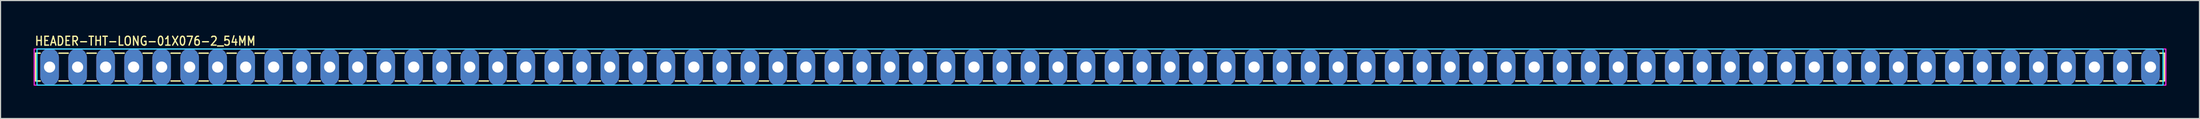
<source format=kicad_pcb>
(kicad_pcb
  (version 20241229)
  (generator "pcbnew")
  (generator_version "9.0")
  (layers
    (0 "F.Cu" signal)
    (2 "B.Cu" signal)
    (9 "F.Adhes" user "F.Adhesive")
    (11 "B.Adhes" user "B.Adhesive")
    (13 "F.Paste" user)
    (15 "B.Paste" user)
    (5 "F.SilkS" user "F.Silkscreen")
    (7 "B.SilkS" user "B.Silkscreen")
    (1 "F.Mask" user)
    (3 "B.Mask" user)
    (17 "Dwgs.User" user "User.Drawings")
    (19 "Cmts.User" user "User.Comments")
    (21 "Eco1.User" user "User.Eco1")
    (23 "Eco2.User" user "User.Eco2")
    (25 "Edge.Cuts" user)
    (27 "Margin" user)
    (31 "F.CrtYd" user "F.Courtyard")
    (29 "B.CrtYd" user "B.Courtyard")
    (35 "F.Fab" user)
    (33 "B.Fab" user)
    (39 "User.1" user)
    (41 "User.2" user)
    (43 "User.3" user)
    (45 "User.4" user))
  (footprint "HEADER-THT-LONG-01X076-2_54MM"
    (layer "F.Cu")
    (at 1.447 3.079)
    (property "Reference" "HEADER-THT-LONG-01X076-2_54MM" (at -1.4 -1.9 0) (unlocked yes) (layer "F.SilkS") (effects (font (size 0.813 0.695) (thickness 0.122)) (justify left bottom)))
    (fp_line (start -1.27 -1.27) (end -1.27 1.27) (stroke (width 0.127) (type solid)) (layer "F.SilkS"))
    (fp_line (start -1.27 1.27) (end -0.85 1.27) (stroke (width 0.127) (type solid)) (layer "F.SilkS"))
    (fp_line (start -0.85 -1.27) (end -1.27 -1.27) (stroke (width 0.127) (type solid)) (layer "F.SilkS"))
    (fp_line (start 0.85 -1.27) (end 1.69 -1.27) (stroke (width 0.127) (type solid)) (layer "F.SilkS"))
    (fp_line (start 0.85 1.27) (end 1.69 1.27) (stroke (width 0.127) (type solid)) (layer "F.SilkS"))
    (fp_line (start 3.39 -1.27) (end 4.23 -1.27) (stroke (width 0.127) (type solid)) (layer "F.SilkS"))
    (fp_line (start 3.39 1.27) (end 4.23 1.27) (stroke (width 0.127) (type solid)) (layer "F.SilkS"))
    (fp_line (start 5.93 -1.27) (end 6.77 -1.27) (stroke (width 0.127) (type solid)) (layer "F.SilkS"))
    (fp_line (start 5.93 1.27) (end 6.77 1.27) (stroke (width 0.127) (type solid)) (layer "F.SilkS"))
    (fp_line (start 8.47 -1.27) (end 9.31 -1.27) (stroke (width 0.127) (type solid)) (layer "F.SilkS"))
    (fp_line (start 8.47 1.27) (end 9.31 1.27) (stroke (width 0.127) (type solid)) (layer "F.SilkS"))
    (fp_line (start 11.01 -1.27) (end 11.85 -1.27) (stroke (width 0.127) (type solid)) (layer "F.SilkS"))
    (fp_line (start 11.01 1.27) (end 11.85 1.27) (stroke (width 0.127) (type solid)) (layer "F.SilkS"))
    (fp_line (start 13.55 -1.27) (end 14.39 -1.27) (stroke (width 0.127) (type solid)) (layer "F.SilkS"))
    (fp_line (start 13.55 1.27) (end 14.39 1.27) (stroke (width 0.127) (type solid)) (layer "F.SilkS"))
    (fp_line (start 16.09 -1.27) (end 16.93 -1.27) (stroke (width 0.127) (type solid)) (layer "F.SilkS"))
    (fp_line (start 16.09 1.27) (end 16.93 1.27) (stroke (width 0.127) (type solid)) (layer "F.SilkS"))
    (fp_line (start 18.63 -1.27) (end 19.47 -1.27) (stroke (width 0.127) (type solid)) (layer "F.SilkS"))
    (fp_line (start 18.63 1.27) (end 19.47 1.27) (stroke (width 0.127) (type solid)) (layer "F.SilkS"))
    (fp_line (start 21.17 -1.27) (end 22.01 -1.27) (stroke (width 0.127) (type solid)) (layer "F.SilkS"))
    (fp_line (start 21.17 1.27) (end 22.01 1.27) (stroke (width 0.127) (type solid)) (layer "F.SilkS"))
    (fp_line (start 23.71 -1.27) (end 24.55 -1.27) (stroke (width 0.127) (type solid)) (layer "F.SilkS"))
    (fp_line (start 23.71 1.27) (end 24.55 1.27) (stroke (width 0.127) (type solid)) (layer "F.SilkS"))
    (fp_line (start 26.25 -1.27) (end 27.09 -1.27) (stroke (width 0.127) (type solid)) (layer "F.SilkS"))
    (fp_line (start 26.25 1.27) (end 27.09 1.27) (stroke (width 0.127) (type solid)) (layer "F.SilkS"))
    (fp_line (start 28.79 -1.27) (end 29.63 -1.27) (stroke (width 0.127) (type solid)) (layer "F.SilkS"))
    (fp_line (start 28.79 1.27) (end 29.63 1.27) (stroke (width 0.127) (type solid)) (layer "F.SilkS"))
    (fp_line (start 31.33 -1.27) (end 32.17 -1.27) (stroke (width 0.127) (type solid)) (layer "F.SilkS"))
    (fp_line (start 31.33 1.27) (end 32.17 1.27) (stroke (width 0.127) (type solid)) (layer "F.SilkS"))
    (fp_line (start 33.87 -1.27) (end 34.71 -1.27) (stroke (width 0.127) (type solid)) (layer "F.SilkS"))
    (fp_line (start 33.87 1.27) (end 34.71 1.27) (stroke (width 0.127) (type solid)) (layer "F.SilkS"))
    (fp_line (start 36.41 -1.27) (end 37.25 -1.27) (stroke (width 0.127) (type solid)) (layer "F.SilkS"))
    (fp_line (start 36.41 1.27) (end 37.25 1.27) (stroke (width 0.127) (type solid)) (layer "F.SilkS"))
    (fp_line (start 38.95 -1.27) (end 39.79 -1.27) (stroke (width 0.127) (type solid)) (layer "F.SilkS"))
    (fp_line (start 38.95 1.27) (end 39.79 1.27) (stroke (width 0.127) (type solid)) (layer "F.SilkS"))
    (fp_line (start 41.49 -1.27) (end 42.33 -1.27) (stroke (width 0.127) (type solid)) (layer "F.SilkS"))
    (fp_line (start 41.49 1.27) (end 42.33 1.27) (stroke (width 0.127) (type solid)) (layer "F.SilkS"))
    (fp_line (start 44.03 -1.27) (end 44.87 -1.27) (stroke (width 0.127) (type solid)) (layer "F.SilkS"))
    (fp_line (start 44.03 1.27) (end 44.87 1.27) (stroke (width 0.127) (type solid)) (layer "F.SilkS"))
    (fp_line (start 46.57 -1.27) (end 47.41 -1.27) (stroke (width 0.127) (type solid)) (layer "F.SilkS"))
    (fp_line (start 46.57 1.27) (end 47.41 1.27) (stroke (width 0.127) (type solid)) (layer "F.SilkS"))
    (fp_line (start 49.11 -1.27) (end 49.95 -1.27) (stroke (width 0.127) (type solid)) (layer "F.SilkS"))
    (fp_line (start 49.11 1.27) (end 49.95 1.27) (stroke (width 0.127) (type solid)) (layer "F.SilkS"))
    (fp_line (start 51.65 -1.27) (end 52.49 -1.27) (stroke (width 0.127) (type solid)) (layer "F.SilkS"))
    (fp_line (start 51.65 1.27) (end 52.49 1.27) (stroke (width 0.127) (type solid)) (layer "F.SilkS"))
    (fp_line (start 54.19 -1.27) (end 55.03 -1.27) (stroke (width 0.127) (type solid)) (layer "F.SilkS"))
    (fp_line (start 54.19 1.27) (end 55.03 1.27) (stroke (width 0.127) (type solid)) (layer "F.SilkS"))
    (fp_line (start 56.73 -1.27) (end 57.57 -1.27) (stroke (width 0.127) (type solid)) (layer "F.SilkS"))
    (fp_line (start 56.73 1.27) (end 57.57 1.27) (stroke (width 0.127) (type solid)) (layer "F.SilkS"))
    (fp_line (start 59.27 -1.27) (end 60.11 -1.27) (stroke (width 0.127) (type solid)) (layer "F.SilkS"))
    (fp_line (start 59.27 1.27) (end 60.11 1.27) (stroke (width 0.127) (type solid)) (layer "F.SilkS"))
    (fp_line (start 61.81 -1.27) (end 62.65 -1.27) (stroke (width 0.127) (type solid)) (layer "F.SilkS"))
    (fp_line (start 61.81 1.27) (end 62.65 1.27) (stroke (width 0.127) (type solid)) (layer "F.SilkS"))
    (fp_line (start 64.35 -1.27) (end 65.19 -1.27) (stroke (width 0.127) (type solid)) (layer "F.SilkS"))
    (fp_line (start 64.35 1.27) (end 65.19 1.27) (stroke (width 0.127) (type solid)) (layer "F.SilkS"))
    (fp_line (start 66.89 -1.27) (end 67.73 -1.27) (stroke (width 0.127) (type solid)) (layer "F.SilkS"))
    (fp_line (start 66.89 1.27) (end 67.73 1.27) (stroke (width 0.127) (type solid)) (layer "F.SilkS"))
    (fp_line (start 69.43 -1.27) (end 70.27 -1.27) (stroke (width 0.127) (type solid)) (layer "F.SilkS"))
    (fp_line (start 69.43 1.27) (end 70.27 1.27) (stroke (width 0.127) (type solid)) (layer "F.SilkS"))
    (fp_line (start 71.97 -1.27) (end 72.81 -1.27) (stroke (width 0.127) (type solid)) (layer "F.SilkS"))
    (fp_line (start 71.97 1.27) (end 72.81 1.27) (stroke (width 0.127) (type solid)) (layer "F.SilkS"))
    (fp_line (start 74.51 -1.27) (end 75.35 -1.27) (stroke (width 0.127) (type solid)) (layer "F.SilkS"))
    (fp_line (start 74.51 1.27) (end 75.35 1.27) (stroke (width 0.127) (type solid)) (layer "F.SilkS"))
    (fp_line (start 77.05 -1.27) (end 77.89 -1.27) (stroke (width 0.127) (type solid)) (layer "F.SilkS"))
    (fp_line (start 77.05 1.27) (end 77.89 1.27) (stroke (width 0.127) (type solid)) (layer "F.SilkS"))
    (fp_line (start 79.59 -1.27) (end 80.43 -1.27) (stroke (width 0.127) (type solid)) (layer "F.SilkS"))
    (fp_line (start 79.59 1.27) (end 80.43 1.27) (stroke (width 0.127) (type solid)) (layer "F.SilkS"))
    (fp_line (start 82.13 -1.27) (end 82.97 -1.27) (stroke (width 0.127) (type solid)) (layer "F.SilkS"))
    (fp_line (start 82.13 1.27) (end 82.97 1.27) (stroke (width 0.127) (type solid)) (layer "F.SilkS"))
    (fp_line (start 84.67 -1.27) (end 85.51 -1.27) (stroke (width 0.127) (type solid)) (layer "F.SilkS"))
    (fp_line (start 84.67 1.27) (end 85.51 1.27) (stroke (width 0.127) (type solid)) (layer "F.SilkS"))
    (fp_line (start 87.21 -1.27) (end 88.05 -1.27) (stroke (width 0.127) (type solid)) (layer "F.SilkS"))
    (fp_line (start 87.21 1.27) (end 88.05 1.27) (stroke (width 0.127) (type solid)) (layer "F.SilkS"))
    (fp_line (start 89.75 -1.27) (end 90.59 -1.27) (stroke (width 0.127) (type solid)) (layer "F.SilkS"))
    (fp_line (start 89.75 1.27) (end 90.59 1.27) (stroke (width 0.127) (type solid)) (layer "F.SilkS"))
    (fp_line (start 92.29 -1.27) (end 93.13 -1.27) (stroke (width 0.127) (type solid)) (layer "F.SilkS"))
    (fp_line (start 92.29 1.27) (end 93.13 1.27) (stroke (width 0.127) (type solid)) (layer "F.SilkS"))
    (fp_line (start 94.83 -1.27) (end 95.67 -1.27) (stroke (width 0.127) (type solid)) (layer "F.SilkS"))
    (fp_line (start 94.83 1.27) (end 95.67 1.27) (stroke (width 0.127) (type solid)) (layer "F.SilkS"))
    (fp_line (start 97.37 -1.27) (end 98.21 -1.27) (stroke (width 0.127) (type solid)) (layer "F.SilkS"))
    (fp_line (start 97.37 1.27) (end 98.21 1.27) (stroke (width 0.127) (type solid)) (layer "F.SilkS"))
    (fp_line (start 99.91 -1.27) (end 100.75 -1.27) (stroke (width 0.127) (type solid)) (layer "F.SilkS"))
    (fp_line (start 99.91 1.27) (end 100.75 1.27) (stroke (width 0.127) (type solid)) (layer "F.SilkS"))
    (fp_line (start 102.45 -1.27) (end 103.29 -1.27) (stroke (width 0.127) (type solid)) (layer "F.SilkS"))
    (fp_line (start 102.45 1.27) (end 103.29 1.27) (stroke (width 0.127) (type solid)) (layer "F.SilkS"))
    (fp_line (start 104.99 -1.27) (end 105.83 -1.27) (stroke (width 0.127) (type solid)) (layer "F.SilkS"))
    (fp_line (start 104.99 1.27) (end 105.83 1.27) (stroke (width 0.127) (type solid)) (layer "F.SilkS"))
    (fp_line (start 107.53 -1.27) (end 108.37 -1.27) (stroke (width 0.127) (type solid)) (layer "F.SilkS"))
    (fp_line (start 107.53 1.27) (end 108.37 1.27) (stroke (width 0.127) (type solid)) (layer "F.SilkS"))
    (fp_line (start 110.07 -1.27) (end 110.91 -1.27) (stroke (width 0.127) (type solid)) (layer "F.SilkS"))
    (fp_line (start 110.07 1.27) (end 110.91 1.27) (stroke (width 0.127) (type solid)) (layer "F.SilkS"))
    (fp_line (start 112.61 -1.27) (end 113.45 -1.27) (stroke (width 0.127) (type solid)) (layer "F.SilkS"))
    (fp_line (start 112.61 1.27) (end 113.45 1.27) (stroke (width 0.127) (type solid)) (layer "F.SilkS"))
    (fp_line (start 115.15 -1.27) (end 115.99 -1.27) (stroke (width 0.127) (type solid)) (layer "F.SilkS"))
    (fp_line (start 115.15 1.27) (end 115.99 1.27) (stroke (width 0.127) (type solid)) (layer "F.SilkS"))
    (fp_line (start 117.69 -1.27) (end 118.53 -1.27) (stroke (width 0.127) (type solid)) (layer "F.SilkS"))
    (fp_line (start 117.69 1.27) (end 118.53 1.27) (stroke (width 0.127) (type solid)) (layer "F.SilkS"))
    (fp_line (start 120.23 -1.27) (end 121.07 -1.27) (stroke (width 0.127) (type solid)) (layer "F.SilkS"))
    (fp_line (start 120.23 1.27) (end 121.07 1.27) (stroke (width 0.127) (type solid)) (layer "F.SilkS"))
    (fp_line (start 122.77 -1.27) (end 123.61 -1.27) (stroke (width 0.127) (type solid)) (layer "F.SilkS"))
    (fp_line (start 122.77 1.27) (end 123.61 1.27) (stroke (width 0.127) (type solid)) (layer "F.SilkS"))
    (fp_line (start 125.31 -1.27) (end 126.15 -1.27) (stroke (width 0.127) (type solid)) (layer "F.SilkS"))
    (fp_line (start 125.31 1.27) (end 126.15 1.27) (stroke (width 0.127) (type solid)) (layer "F.SilkS"))
    (fp_line (start 127.85 -1.27) (end 128.69 -1.27) (stroke (width 0.127) (type solid)) (layer "F.SilkS"))
    (fp_line (start 127.85 1.27) (end 128.69 1.27) (stroke (width 0.127) (type solid)) (layer "F.SilkS"))
    (fp_line (start 130.39 -1.27) (end 131.23 -1.27) (stroke (width 0.127) (type solid)) (layer "F.SilkS"))
    (fp_line (start 130.39 1.27) (end 131.23 1.27) (stroke (width 0.127) (type solid)) (layer "F.SilkS"))
    (fp_line (start 132.93 -1.27) (end 133.77 -1.27) (stroke (width 0.127) (type solid)) (layer "F.SilkS"))
    (fp_line (start 132.93 1.27) (end 133.77 1.27) (stroke (width 0.127) (type solid)) (layer "F.SilkS"))
    (fp_line (start 135.47 -1.27) (end 136.31 -1.27) (stroke (width 0.127) (type solid)) (layer "F.SilkS"))
    (fp_line (start 135.47 1.27) (end 136.31 1.27) (stroke (width 0.127) (type solid)) (layer "F.SilkS"))
    (fp_line (start 138.01 -1.27) (end 138.85 -1.27) (stroke (width 0.127) (type solid)) (layer "F.SilkS"))
    (fp_line (start 138.01 1.27) (end 138.85 1.27) (stroke (width 0.127) (type solid)) (layer "F.SilkS"))
    (fp_line (start 140.55 -1.27) (end 141.39 -1.27) (stroke (width 0.127) (type solid)) (layer "F.SilkS"))
    (fp_line (start 140.55 1.27) (end 141.39 1.27) (stroke (width 0.127) (type solid)) (layer "F.SilkS"))
    (fp_line (start 143.09 -1.27) (end 143.93 -1.27) (stroke (width 0.127) (type solid)) (layer "F.SilkS"))
    (fp_line (start 143.09 1.27) (end 143.93 1.27) (stroke (width 0.127) (type solid)) (layer "F.SilkS"))
    (fp_line (start 145.63 -1.27) (end 146.47 -1.27) (stroke (width 0.127) (type solid)) (layer "F.SilkS"))
    (fp_line (start 145.63 1.27) (end 146.47 1.27) (stroke (width 0.127) (type solid)) (layer "F.SilkS"))
    (fp_line (start 148.17 -1.27) (end 149.01 -1.27) (stroke (width 0.127) (type solid)) (layer "F.SilkS"))
    (fp_line (start 148.17 1.27) (end 149.01 1.27) (stroke (width 0.127) (type solid)) (layer "F.SilkS"))
    (fp_line (start 150.71 -1.27) (end 151.55 -1.27) (stroke (width 0.127) (type solid)) (layer "F.SilkS"))
    (fp_line (start 150.71 1.27) (end 151.55 1.27) (stroke (width 0.127) (type solid)) (layer "F.SilkS"))
    (fp_line (start 153.25 -1.27) (end 154.09 -1.27) (stroke (width 0.127) (type solid)) (layer "F.SilkS"))
    (fp_line (start 153.25 1.27) (end 154.09 1.27) (stroke (width 0.127) (type solid)) (layer "F.SilkS"))
    (fp_line (start 155.79 -1.27) (end 156.63 -1.27) (stroke (width 0.127) (type solid)) (layer "F.SilkS"))
    (fp_line (start 155.79 1.27) (end 156.63 1.27) (stroke (width 0.127) (type solid)) (layer "F.SilkS"))
    (fp_line (start 158.33 -1.27) (end 159.17 -1.27) (stroke (width 0.127) (type solid)) (layer "F.SilkS"))
    (fp_line (start 158.33 1.27) (end 159.17 1.27) (stroke (width 0.127) (type solid)) (layer "F.SilkS"))
    (fp_line (start 160.87 -1.27) (end 161.71 -1.27) (stroke (width 0.127) (type solid)) (layer "F.SilkS"))
    (fp_line (start 160.87 1.27) (end 161.71 1.27) (stroke (width 0.127) (type solid)) (layer "F.SilkS"))
    (fp_line (start 163.41 -1.27) (end 164.25 -1.27) (stroke (width 0.127) (type solid)) (layer "F.SilkS"))
    (fp_line (start 163.41 1.27) (end 164.25 1.27) (stroke (width 0.127) (type solid)) (layer "F.SilkS"))
    (fp_line (start 165.95 -1.27) (end 166.79 -1.27) (stroke (width 0.127) (type solid)) (layer "F.SilkS"))
    (fp_line (start 165.95 1.27) (end 166.79 1.27) (stroke (width 0.127) (type solid)) (layer "F.SilkS"))
    (fp_line (start 168.49 -1.27) (end 169.33 -1.27) (stroke (width 0.127) (type solid)) (layer "F.SilkS"))
    (fp_line (start 168.49 1.27) (end 169.33 1.27) (stroke (width 0.127) (type solid)) (layer "F.SilkS"))
    (fp_line (start 171.03 -1.27) (end 171.87 -1.27) (stroke (width 0.127) (type solid)) (layer "F.SilkS"))
    (fp_line (start 171.03 1.27) (end 171.87 1.27) (stroke (width 0.127) (type solid)) (layer "F.SilkS"))
    (fp_line (start 173.57 -1.27) (end 174.41 -1.27) (stroke (width 0.127) (type solid)) (layer "F.SilkS"))
    (fp_line (start 173.57 1.27) (end 174.41 1.27) (stroke (width 0.127) (type solid)) (layer "F.SilkS"))
    (fp_line (start 176.11 -1.27) (end 176.95 -1.27) (stroke (width 0.127) (type solid)) (layer "F.SilkS"))
    (fp_line (start 176.11 1.27) (end 176.95 1.27) (stroke (width 0.127) (type solid)) (layer "F.SilkS"))
    (fp_line (start 178.65 -1.27) (end 179.49 -1.27) (stroke (width 0.127) (type solid)) (layer "F.SilkS"))
    (fp_line (start 178.65 1.27) (end 179.49 1.27) (stroke (width 0.127) (type solid)) (layer "F.SilkS"))
    (fp_line (start 181.19 -1.27) (end 182.03 -1.27) (stroke (width 0.127) (type solid)) (layer "F.SilkS"))
    (fp_line (start 181.19 1.27) (end 182.03 1.27) (stroke (width 0.127) (type solid)) (layer "F.SilkS"))
    (fp_line (start 183.73 -1.27) (end 184.57 -1.27) (stroke (width 0.127) (type solid)) (layer "F.SilkS"))
    (fp_line (start 183.73 1.27) (end 184.57 1.27) (stroke (width 0.127) (type solid)) (layer "F.SilkS"))
    (fp_line (start 186.27 -1.27) (end 187.11 -1.27) (stroke (width 0.127) (type solid)) (layer "F.SilkS"))
    (fp_line (start 186.27 1.27) (end 187.11 1.27) (stroke (width 0.127) (type solid)) (layer "F.SilkS"))
    (fp_line (start 188.81 -1.27) (end 189.65 -1.27) (stroke (width 0.127) (type solid)) (layer "F.SilkS"))
    (fp_line (start 188.81 1.27) (end 189.65 1.27) (stroke (width 0.127) (type solid)) (layer "F.SilkS"))
    (fp_line (start 191.35 -1.27) (end 191.77 -1.27) (stroke (width 0.127) (type solid)) (layer "F.SilkS"))
    (fp_line (start 191.77 -1.27) (end 191.77 1.27) (stroke (width 0.127) (type solid)) (layer "F.SilkS"))
    (fp_line (start 191.77 1.27) (end 191.35 1.27) (stroke (width 0.127) (type solid)) (layer "F.SilkS"))
    (fp_poly (pts (xy -1.143 -1.651) (xy 191.643 -1.651) (xy 191.643 1.651) (xy -1.143 1.651)) (stroke (width 0.1) (type solid)) (fill no) (layer "B.CrtYd"))
    (fp_poly (pts (xy -1.397 -1.651) (xy 191.897 -1.651) (xy 191.897 1.651) (xy -1.397 1.651)) (stroke (width 0.1) (type solid)) (fill no) (layer "F.CrtYd"))
    (pad "P$1" thru_hole oval (at 0 0 90) (size 3.387 1.693) (drill 1.016) (layers "*.Cu" "*.Mask"))
    (pad "P$2" thru_hole oval (at 2.54 0 90) (size 3.387 1.693) (drill 1.016) (layers "*.Cu" "*.Mask"))
    (pad "P$3" thru_hole oval (at 5.08 0 90) (size 3.387 1.693) (drill 1.016) (layers "*.Cu" "*.Mask"))
    (pad "P$4" thru_hole oval (at 7.62 0 90) (size 3.387 1.693) (drill 1.016) (layers "*.Cu" "*.Mask"))
    (pad "P$5" thru_hole oval (at 10.16 0 90) (size 3.387 1.693) (drill 1.016) (layers "*.Cu" "*.Mask"))
    (pad "P$6" thru_hole oval (at 12.7 0 90) (size 3.387 1.693) (drill 1.016) (layers "*.Cu" "*.Mask"))
    (pad "P$7" thru_hole oval (at 15.24 0 90) (size 3.387 1.693) (drill 1.016) (layers "*.Cu" "*.Mask"))
    (pad "P$8" thru_hole oval (at 17.78 0 90) (size 3.387 1.693) (drill 1.016) (layers "*.Cu" "*.Mask"))
    (pad "P$9" thru_hole oval (at 20.32 0 90) (size 3.387 1.693) (drill 1.016) (layers "*.Cu" "*.Mask"))
    (pad "P$10" thru_hole oval (at 22.86 0 90) (size 3.387 1.693) (drill 1.016) (layers "*.Cu" "*.Mask"))
    (pad "P$11" thru_hole oval (at 25.4 0 90) (size 3.387 1.693) (drill 1.016) (layers "*.Cu" "*.Mask"))
    (pad "P$12" thru_hole oval (at 27.94 0 90) (size 3.387 1.693) (drill 1.016) (layers "*.Cu" "*.Mask"))
    (pad "P$13" thru_hole oval (at 30.48 0 90) (size 3.387 1.693) (drill 1.016) (layers "*.Cu" "*.Mask"))
    (pad "P$14" thru_hole oval (at 33.02 0 90) (size 3.387 1.693) (drill 1.016) (layers "*.Cu" "*.Mask"))
    (pad "P$15" thru_hole oval (at 35.56 0 90) (size 3.387 1.693) (drill 1.016) (layers "*.Cu" "*.Mask"))
    (pad "P$16" thru_hole oval (at 38.1 0 90) (size 3.387 1.693) (drill 1.016) (layers "*.Cu" "*.Mask"))
    (pad "P$17" thru_hole oval (at 40.64 0 90) (size 3.387 1.693) (drill 1.016) (layers "*.Cu" "*.Mask"))
    (pad "P$18" thru_hole oval (at 43.18 0 90) (size 3.387 1.693) (drill 1.016) (layers "*.Cu" "*.Mask"))
    (pad "P$19" thru_hole oval (at 45.72 0 90) (size 3.387 1.693) (drill 1.016) (layers "*.Cu" "*.Mask"))
    (pad "P$20" thru_hole oval (at 48.26 0 90) (size 3.387 1.693) (drill 1.016) (layers "*.Cu" "*.Mask"))
    (pad "P$21" thru_hole oval (at 50.8 0 90) (size 3.387 1.693) (drill 1.016) (layers "*.Cu" "*.Mask"))
    (pad "P$22" thru_hole oval (at 53.34 0 90) (size 3.387 1.693) (drill 1.016) (layers "*.Cu" "*.Mask"))
    (pad "P$23" thru_hole oval (at 55.88 0 90) (size 3.387 1.693) (drill 1.016) (layers "*.Cu" "*.Mask"))
    (pad "P$24" thru_hole oval (at 58.42 0 90) (size 3.387 1.693) (drill 1.016) (layers "*.Cu" "*.Mask"))
    (pad "P$25" thru_hole oval (at 60.96 0 90) (size 3.387 1.693) (drill 1.016) (layers "*.Cu" "*.Mask"))
    (pad "P$26" thru_hole oval (at 63.5 0 90) (size 3.387 1.693) (drill 1.016) (layers "*.Cu" "*.Mask"))
    (pad "P$27" thru_hole oval (at 66.04 0 90) (size 3.387 1.693) (drill 1.016) (layers "*.Cu" "*.Mask"))
    (pad "P$28" thru_hole oval (at 68.58 0 90) (size 3.387 1.693) (drill 1.016) (layers "*.Cu" "*.Mask"))
    (pad "P$29" thru_hole oval (at 71.12 0 90) (size 3.387 1.693) (drill 1.016) (layers "*.Cu" "*.Mask"))
    (pad "P$30" thru_hole oval (at 73.66 0 90) (size 3.387 1.693) (drill 1.016) (layers "*.Cu" "*.Mask"))
    (pad "P$31" thru_hole oval (at 76.2 0 90) (size 3.387 1.693) (drill 1.016) (layers "*.Cu" "*.Mask"))
    (pad "P$32" thru_hole oval (at 78.74 0 90) (size 3.387 1.693) (drill 1.016) (layers "*.Cu" "*.Mask"))
    (pad "P$33" thru_hole oval (at 81.28 0 90) (size 3.387 1.693) (drill 1.016) (layers "*.Cu" "*.Mask"))
    (pad "P$34" thru_hole oval (at 83.82 0 90) (size 3.387 1.693) (drill 1.016) (layers "*.Cu" "*.Mask"))
    (pad "P$35" thru_hole oval (at 86.36 0 90) (size 3.387 1.693) (drill 1.016) (layers "*.Cu" "*.Mask"))
    (pad "P$36" thru_hole oval (at 88.9 0 90) (size 3.387 1.693) (drill 1.016) (layers "*.Cu" "*.Mask"))
    (pad "P$37" thru_hole oval (at 91.44 0 90) (size 3.387 1.693) (drill 1.016) (layers "*.Cu" "*.Mask"))
    (pad "P$38" thru_hole oval (at 93.98 0 90) (size 3.387 1.693) (drill 1.016) (layers "*.Cu" "*.Mask"))
    (pad "P$39" thru_hole oval (at 96.52 0 90) (size 3.387 1.693) (drill 1.016) (layers "*.Cu" "*.Mask"))
    (pad "P$40" thru_hole oval (at 99.06 0 90) (size 3.387 1.693) (drill 1.016) (layers "*.Cu" "*.Mask"))
    (pad "P$41" thru_hole oval (at 101.6 0 90) (size 3.387 1.693) (drill 1.016) (layers "*.Cu" "*.Mask"))
    (pad "P$42" thru_hole oval (at 104.14 0 90) (size 3.387 1.693) (drill 1.016) (layers "*.Cu" "*.Mask"))
    (pad "P$43" thru_hole oval (at 106.68 0 90) (size 3.387 1.693) (drill 1.016) (layers "*.Cu" "*.Mask"))
    (pad "P$44" thru_hole oval (at 109.22 0 90) (size 3.387 1.693) (drill 1.016) (layers "*.Cu" "*.Mask"))
    (pad "P$45" thru_hole oval (at 111.76 0 90) (size 3.387 1.693) (drill 1.016) (layers "*.Cu" "*.Mask"))
    (pad "P$46" thru_hole oval (at 114.3 0 90) (size 3.387 1.693) (drill 1.016) (layers "*.Cu" "*.Mask"))
    (pad "P$47" thru_hole oval (at 116.84 0 90) (size 3.387 1.693) (drill 1.016) (layers "*.Cu" "*.Mask"))
    (pad "P$48" thru_hole oval (at 119.38 0 90) (size 3.387 1.693) (drill 1.016) (layers "*.Cu" "*.Mask"))
    (pad "P$49" thru_hole oval (at 121.92 0 90) (size 3.387 1.693) (drill 1.016) (layers "*.Cu" "*.Mask"))
    (pad "P$50" thru_hole oval (at 124.46 0 90) (size 3.387 1.693) (drill 1.016) (layers "*.Cu" "*.Mask"))
    (pad "P$51" thru_hole oval (at 127 0 90) (size 3.387 1.693) (drill 1.016) (layers "*.Cu" "*.Mask"))
    (pad "P$52" thru_hole oval (at 129.54 0 90) (size 3.387 1.693) (drill 1.016) (layers "*.Cu" "*.Mask"))
    (pad "P$53" thru_hole oval (at 132.08 0 90) (size 3.387 1.693) (drill 1.016) (layers "*.Cu" "*.Mask"))
    (pad "P$54" thru_hole oval (at 134.62 0 90) (size 3.387 1.693) (drill 1.016) (layers "*.Cu" "*.Mask"))
    (pad "P$55" thru_hole oval (at 137.16 0 90) (size 3.387 1.693) (drill 1.016) (layers "*.Cu" "*.Mask"))
    (pad "P$56" thru_hole oval (at 139.7 0 90) (size 3.387 1.693) (drill 1.016) (layers "*.Cu" "*.Mask"))
    (pad "P$57" thru_hole oval (at 142.24 0 90) (size 3.387 1.693) (drill 1.016) (layers "*.Cu" "*.Mask"))
    (pad "P$58" thru_hole oval (at 144.78 0 90) (size 3.387 1.693) (drill 1.016) (layers "*.Cu" "*.Mask"))
    (pad "P$59" thru_hole oval (at 147.32 0 90) (size 3.387 1.693) (drill 1.016) (layers "*.Cu" "*.Mask"))
    (pad "P$60" thru_hole oval (at 149.86 0 90) (size 3.387 1.693) (drill 1.016) (layers "*.Cu" "*.Mask"))
    (pad "P$61" thru_hole oval (at 152.4 0 90) (size 3.387 1.693) (drill 1.016) (layers "*.Cu" "*.Mask"))
    (pad "P$62" thru_hole oval (at 154.94 0 90) (size 3.387 1.693) (drill 1.016) (layers "*.Cu" "*.Mask"))
    (pad "P$63" thru_hole oval (at 157.48 0 90) (size 3.387 1.693) (drill 1.016) (layers "*.Cu" "*.Mask"))
    (pad "P$64" thru_hole oval (at 160.02 0 90) (size 3.387 1.693) (drill 1.016) (layers "*.Cu" "*.Mask"))
    (pad "P$65" thru_hole oval (at 162.56 0 90) (size 3.387 1.693) (drill 1.016) (layers "*.Cu" "*.Mask"))
    (pad "P$66" thru_hole oval (at 165.1 0 90) (size 3.387 1.693) (drill 1.016) (layers "*.Cu" "*.Mask"))
    (pad "P$67" thru_hole oval (at 167.64 0 90) (size 3.387 1.693) (drill 1.016) (layers "*.Cu" "*.Mask"))
    (pad "P$68" thru_hole oval (at 170.18 0 90) (size 3.387 1.693) (drill 1.016) (layers "*.Cu" "*.Mask"))
    (pad "P$69" thru_hole oval (at 172.72 0 90) (size 3.387 1.693) (drill 1.016) (layers "*.Cu" "*.Mask"))
    (pad "P$70" thru_hole oval (at 175.26 0 90) (size 3.387 1.693) (drill 1.016) (layers "*.Cu" "*.Mask"))
    (pad "P$71" thru_hole oval (at 177.8 0 90) (size 3.387 1.693) (drill 1.016) (layers "*.Cu" "*.Mask"))
    (pad "P$72" thru_hole oval (at 180.34 0 90) (size 3.387 1.693) (drill 1.016) (layers "*.Cu" "*.Mask"))
    (pad "P$73" thru_hole oval (at 182.88 0 90) (size 3.387 1.693) (drill 1.016) (layers "*.Cu" "*.Mask"))
    (pad "P$74" thru_hole oval (at 185.42 0 90) (size 3.387 1.693) (drill 1.016) (layers "*.Cu" "*.Mask"))
    (pad "P$75" thru_hole oval (at 187.96 0 90) (size 3.387 1.693) (drill 1.016) (layers "*.Cu" "*.Mask"))
    (pad "P$76" thru_hole oval (at 190.5 0 90) (size 3.387 1.693) (drill 1.016) (layers "*.Cu" "*.Mask")))
  (gr_rect
    (start -3 -3)
    (end 196.394 7.78)
    (stroke (width 0.1) (type default))
    (fill no)
    (layer "Edge.Cuts")))
</source>
